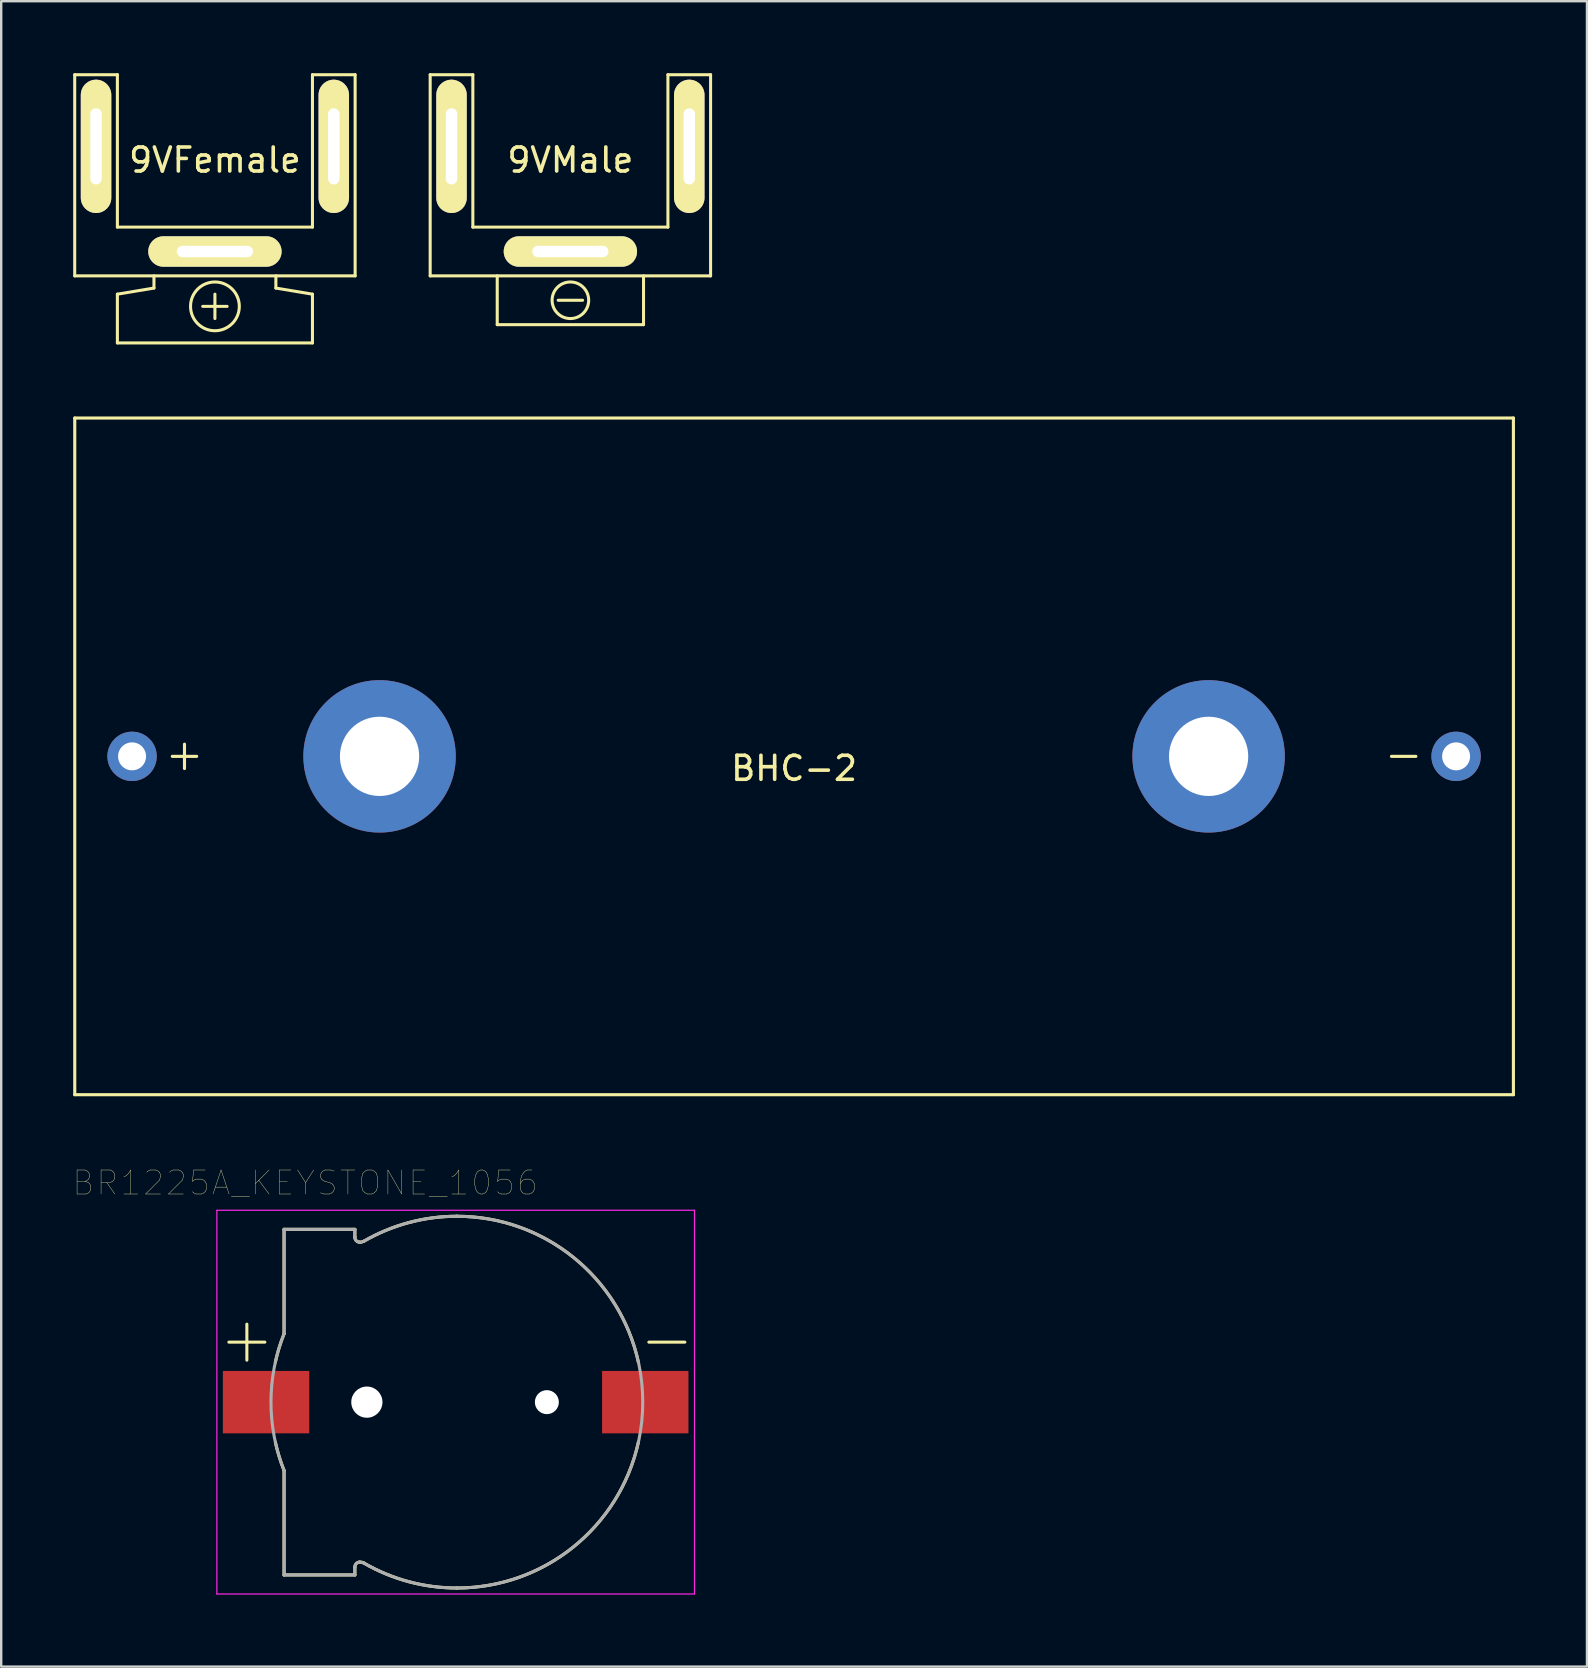
<source format=kicad_pcb>
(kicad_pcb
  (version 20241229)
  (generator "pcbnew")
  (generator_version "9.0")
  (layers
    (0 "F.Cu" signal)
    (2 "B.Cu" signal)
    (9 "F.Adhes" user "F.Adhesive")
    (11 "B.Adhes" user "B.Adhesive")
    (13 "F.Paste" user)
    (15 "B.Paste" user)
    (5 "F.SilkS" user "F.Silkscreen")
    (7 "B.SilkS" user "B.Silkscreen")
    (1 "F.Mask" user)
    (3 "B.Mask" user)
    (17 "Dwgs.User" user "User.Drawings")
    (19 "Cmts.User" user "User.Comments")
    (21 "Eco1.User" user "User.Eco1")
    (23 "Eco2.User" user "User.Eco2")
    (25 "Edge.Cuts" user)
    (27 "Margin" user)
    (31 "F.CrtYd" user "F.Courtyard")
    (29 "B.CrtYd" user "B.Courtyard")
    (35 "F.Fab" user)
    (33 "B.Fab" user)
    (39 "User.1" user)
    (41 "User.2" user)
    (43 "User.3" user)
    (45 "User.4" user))
  (footprint "9VMale"
    (layer "F.Cu")
    (at 20.716 7.429)
    (property "Reference" "9VMale" (at 0 -3.81 0) (layer "F.SilkS") (effects (font (size 1 1) (thickness 0.15))))
    (attr through_hole)
    (fp_line (start -5.842 -7.366) (end -5.842 1.016) (stroke (width 0.127) (type solid)) (layer "F.SilkS"))
    (fp_line (start -5.842 1.016) (end 5.842 1.016) (stroke (width 0.127) (type solid)) (layer "F.SilkS"))
    (fp_line (start -4.064 -7.366) (end -5.842 -7.366) (stroke (width 0.127) (type solid)) (layer "F.SilkS"))
    (fp_line (start -4.064 -1.016) (end -4.064 -7.366) (stroke (width 0.127) (type solid)) (layer "F.SilkS"))
    (fp_line (start -3.048 3.048) (end -3.048 1.016) (stroke (width 0.127) (type solid)) (layer "F.SilkS"))
    (fp_line (start -0.508 2.032) (end 0.508 2.032) (stroke (width 0.127) (type solid)) (layer "F.SilkS"))
    (fp_line (start 3.048 1.016) (end 3.048 3.048) (stroke (width 0.127) (type solid)) (layer "F.SilkS"))
    (fp_line (start 3.048 3.048) (end -3.048 3.048) (stroke (width 0.127) (type solid)) (layer "F.SilkS"))
    (fp_line (start 4.064 -1.016) (end -4.064 -1.016) (stroke (width 0.127) (type solid)) (layer "F.SilkS"))
    (fp_line (start 4.064 -1.016) (end 4.064 -7.366) (stroke (width 0.127) (type solid)) (layer "F.SilkS"))
    (fp_line (start 5.842 -7.366) (end 4.064 -7.366) (stroke (width 0.127) (type solid)) (layer "F.SilkS"))
    (fp_line (start 5.842 1.016) (end 5.842 -7.366) (stroke (width 0.127) (type solid)) (layer "F.SilkS"))
    (fp_circle (center 0 2.032) (end 0.762 2.032) (stroke (width 0.127) (type solid)) (fill no) (layer "F.SilkS"))
    (pad "1" thru_hole oval (at 0 0) (size 5.556 1.27) (drill oval 3.175 0.476) (layers "*.Cu" "*.Mask" "F.SilkS"))
    (pad "2" thru_hole oval (at -4.953 -4.381) (size 1.27 5.556) (drill oval 0.476 3.175) (layers "*.Cu" "*.Mask" "F.SilkS"))
    (pad "3" thru_hole oval (at 4.953 -4.381) (size 1.27 5.556) (drill oval 0.476 3.175) (layers "*.Cu" "*.Mask" "F.SilkS")))
  (footprint "BHC-2"
    (layer "F.Cu")
    (at 30.037 28.465)
    (property "Reference" "BHC-2" (at 0 0.5 0) (layer "F.SilkS") (effects (font (size 1 1) (thickness 0.15))))
    (attr through_hole)
    (fp_line (start -29.972 -14.097) (end -29.972 14.097) (stroke (width 0.13) (type solid)) (layer "F.SilkS"))
    (fp_line (start -29.972 -14.097) (end 29.972 -14.097) (stroke (width 0.13) (type solid)) (layer "F.SilkS"))
    (fp_line (start -29.972 14.097) (end 29.972 14.097) (stroke (width 0.13) (type solid)) (layer "F.SilkS"))
    (fp_line (start -25.908 0) (end -24.892 0) (stroke (width 0.13) (type solid)) (layer "F.SilkS"))
    (fp_line (start -25.4 -0.508) (end -25.4 0.508) (stroke (width 0.13) (type solid)) (layer "F.SilkS"))
    (fp_line (start 24.892 0) (end 25.908 0) (stroke (width 0.13) (type solid)) (layer "F.SilkS"))
    (fp_line (start 29.972 -14.097) (end 29.972 14.097) (stroke (width 0.13) (type solid)) (layer "F.SilkS"))
    (pad "" thru_hole circle (at -17.272 0) (size 6.35 6.35) (drill 3.302) (layers "*.Cu" "*.Mask"))
    (pad "" thru_hole circle (at 17.272 0) (size 6.35 6.35) (drill 3.302) (layers "*.Cu" "*.Mask"))
    (pad "1" thru_hole circle (at -27.584 0) (size 2.057 2.057) (drill 1.168) (layers "*.Cu" "*.Mask"))
    (pad "2" thru_hole circle (at 27.584 0) (size 2.057 2.057) (drill 1.168) (layers "*.Cu" "*.Mask")))
  (footprint "BR1225A_KEYSTONE_1056"
    (layer "F.Cu")
    (at 15.986 55.373)
    (property "Reference" "BR1225A_KEYSTONE_1056" (at -6.325 -9.135 0) (layer "F.SilkS") (effects (font (size 1 1) (thickness 0.015))))
    (attr through_hole)
    (fp_line (start -9.5 -2.5) (end -8 -2.5) (stroke (width 0.127) (type solid)) (layer "F.SilkS"))
    (fp_line (start -8.75 -3.25) (end -8.75 -1.75) (stroke (width 0.127) (type solid)) (layer "F.SilkS"))
    (fp_line (start -7.2 -7.2) (end -4.25 -7.2) (stroke (width 0.127) (type solid)) (layer "F.SilkS"))
    (fp_line (start -7.2 -2.85) (end -7.2 -7.2) (stroke (width 0.127) (type solid)) (layer "F.SilkS"))
    (fp_line (start -7.2 2.85) (end -7.2 7.2) (stroke (width 0.127) (type solid)) (layer "F.SilkS"))
    (fp_line (start -7.2 7.2) (end -4.25 7.2) (stroke (width 0.127) (type solid)) (layer "F.SilkS"))
    (fp_line (start -4.25 -7.2) (end -4.25 -6.88) (stroke (width 0.127) (type solid)) (layer "F.SilkS"))
    (fp_line (start -4.25 7.2) (end -4.25 6.88) (stroke (width 0.127) (type solid)) (layer "F.SilkS"))
    (fp_line (start 8 -2.5) (end 9.5 -2.5) (stroke (width 0.127) (type solid)) (layer "F.SilkS"))
    (fp_arc (start -7.563 -1.664) (mid -7.406196 -2.264559) (end -7.2 -2.85) (stroke (width 0.127) (type solid)) (layer "F.SilkS"))
    (fp_arc (start -7.2 2.85) (mid -7.406196 2.264559) (end -7.563 1.664) (stroke (width 0.127) (type solid)) (layer "F.SilkS"))
    (fp_arc (start -4.250001 6.88) (mid -4.19703 6.732113) (end -4.055 6.665) (stroke (width 0.127) (type solid)) (layer "F.SilkS"))
    (fp_arc (start -4.055 -6.665) (mid -4.197028 -6.732114) (end -4.25 -6.88) (stroke (width 0.127) (type solid)) (layer "F.SilkS"))
    (fp_arc (start -4.055 6.665) (mid -3.96231 6.672896) (end -3.875 6.705) (stroke (width 0.127) (type solid)) (layer "F.SilkS"))
    (fp_arc (start -3.875 -6.705) (mid -3.96231 -6.672896) (end -4.055 -6.665) (stroke (width 0.127) (type solid)) (layer "F.SilkS"))
    (fp_arc (start -3.875 -6.705) (mid -2.006137 -7.480737) (end 0 -7.745) (stroke (width 0.127) (type solid)) (layer "F.SilkS"))
    (fp_arc (start 0 -7.745) (mid 4.852358 -6.036609) (end 7.564 -1.664999) (stroke (width 0.127) (type solid)) (layer "F.SilkS"))
    (fp_arc (start 0 7.745) (mid -2.006137 7.480737) (end -3.875 6.705) (stroke (width 0.127) (type solid)) (layer "F.SilkS"))
    (fp_arc (start 7.564 1.664999) (mid 4.852358 6.036609) (end 0 7.745) (stroke (width 0.127) (type solid)) (layer "F.SilkS"))
    (fp_line (start -10 -7.995) (end 9.9 -7.995) (stroke (width 0.05) (type solid)) (layer "F.CrtYd"))
    (fp_line (start -10 7.995) (end -10 -7.995) (stroke (width 0.05) (type solid)) (layer "F.CrtYd"))
    (fp_line (start 9.9 -7.995) (end 9.9 7.995) (stroke (width 0.05) (type solid)) (layer "F.CrtYd"))
    (fp_line (start 9.9 7.995) (end -10 7.995) (stroke (width 0.05) (type solid)) (layer "F.CrtYd"))
    (fp_line (start -7.2 -7.2) (end -7.2 -2.85) (stroke (width 0.127) (type solid)) (layer "F.Fab"))
    (fp_line (start -7.2 -7.2) (end -4.25 -7.2) (stroke (width 0.127) (type solid)) (layer "F.Fab"))
    (fp_line (start -7.2 2.85) (end -7.2 7.2) (stroke (width 0.127) (type solid)) (layer "F.Fab"))
    (fp_line (start -7.2 7.2) (end -4.25 7.2) (stroke (width 0.127) (type solid)) (layer "F.Fab"))
    (fp_line (start -4.25 -7.2) (end -4.25 -6.88) (stroke (width 0.127) (type solid)) (layer "F.Fab"))
    (fp_line (start -4.25 7.2) (end -4.25 6.88) (stroke (width 0.127) (type solid)) (layer "F.Fab"))
    (fp_arc (start -7.2 2.85) (mid -7.745059 0) (end -7.2 -2.85) (stroke (width 0.127) (type solid)) (layer "F.Fab"))
    (fp_arc (start -4.250001 6.88) (mid -4.19703 6.732113) (end -4.055 6.665) (stroke (width 0.127) (type solid)) (layer "F.Fab"))
    (fp_arc (start -4.055 -6.665) (mid -4.197028 -6.732114) (end -4.25 -6.88) (stroke (width 0.127) (type solid)) (layer "F.Fab"))
    (fp_arc (start -4.055 6.665) (mid -3.96231 6.672896) (end -3.875 6.705) (stroke (width 0.127) (type solid)) (layer "F.Fab"))
    (fp_arc (start -3.875 -6.705) (mid -3.96231 -6.672896) (end -4.055 -6.665) (stroke (width 0.127) (type solid)) (layer "F.Fab"))
    (fp_arc (start -3.875 -6.705) (mid -2.006137 -7.480737) (end 0 -7.745) (stroke (width 0.127) (type solid)) (layer "F.Fab"))
    (fp_arc (start 0 -7.745) (mid 7.745 0) (end 0 7.745) (stroke (width 0.127) (type solid)) (layer "F.Fab"))
    (fp_arc (start 0 7.745) (mid -2.006137 7.480737) (end -3.875 6.705) (stroke (width 0.127) (type solid)) (layer "F.Fab"))
    (pad "" np_thru_hole circle (at -3.75 0) (size 1.3 1.3) (drill 1.3) (layers "*.Cu" "*.Mask"))
    (pad "" np_thru_hole circle (at 3.75 0) (size 1 1) (drill 1) (layers "*.Cu" "*.Mask"))
    (pad "+" smd rect (at -7.95 0) (size 3.6 2.6) (layers "F.Cu" "F.Mask" "F.Paste"))
    (pad "-" smd rect (at 7.85 0) (size 3.6 2.6) (layers "F.Cu" "F.Mask" "F.Paste")))
  (footprint "9VFemale"
    (layer "F.Cu")
    (at 5.905 7.429)
    (property "Reference" "9VFemale" (at 0 -3.81 0) (layer "F.SilkS") (effects (font (size 1 1) (thickness 0.15))))
    (attr through_hole)
    (fp_line (start -5.842 -7.366) (end -5.842 1.016) (stroke (width 0.127) (type solid)) (layer "F.SilkS"))
    (fp_line (start -5.842 1.016) (end 5.842 1.016) (stroke (width 0.127) (type solid)) (layer "F.SilkS"))
    (fp_line (start -4.064 -7.366) (end -5.842 -7.366) (stroke (width 0.127) (type solid)) (layer "F.SilkS"))
    (fp_line (start -4.064 -1.016) (end -4.064 -7.366) (stroke (width 0.127) (type solid)) (layer "F.SilkS"))
    (fp_line (start -4.064 1.778) (end -4.064 3.81) (stroke (width 0.127) (type solid)) (layer "F.SilkS"))
    (fp_line (start -4.064 3.81) (end 4.064 3.81) (stroke (width 0.127) (type solid)) (layer "F.SilkS"))
    (fp_line (start -2.54 1.016) (end -2.54 1.524) (stroke (width 0.127) (type solid)) (layer "F.SilkS"))
    (fp_line (start -2.54 1.524) (end -4.064 1.778) (stroke (width 0.127) (type solid)) (layer "F.SilkS"))
    (fp_line (start -0.508 2.286) (end 0.508 2.286) (stroke (width 0.127) (type solid)) (layer "F.SilkS"))
    (fp_line (start 0 1.778) (end 0 2.794) (stroke (width 0.127) (type solid)) (layer "F.SilkS"))
    (fp_line (start 2.54 1.524) (end 2.54 1.016) (stroke (width 0.127) (type solid)) (layer "F.SilkS"))
    (fp_line (start 4.064 -1.016) (end -4.064 -1.016) (stroke (width 0.127) (type solid)) (layer "F.SilkS"))
    (fp_line (start 4.064 -1.016) (end 4.064 -7.366) (stroke (width 0.127) (type solid)) (layer "F.SilkS"))
    (fp_line (start 4.064 1.778) (end 2.54 1.524) (stroke (width 0.127) (type solid)) (layer "F.SilkS"))
    (fp_line (start 4.064 3.81) (end 4.064 1.778) (stroke (width 0.127) (type solid)) (layer "F.SilkS"))
    (fp_line (start 5.842 -7.366) (end 4.064 -7.366) (stroke (width 0.127) (type solid)) (layer "F.SilkS"))
    (fp_line (start 5.842 1.016) (end 5.842 -7.366) (stroke (width 0.127) (type solid)) (layer "F.SilkS"))
    (fp_circle (center 0 2.286) (end 1.016 2.286) (stroke (width 0.127) (type solid)) (fill no) (layer "F.SilkS"))
    (pad "1" thru_hole oval (at 0 0) (size 5.556 1.27) (drill oval 3.175 0.476) (layers "*.Cu" "*.Mask" "F.SilkS"))
    (pad "2" thru_hole oval (at -4.953 -4.381) (size 1.27 5.556) (drill oval 0.476 3.175) (layers "*.Cu" "*.Mask" "F.SilkS"))
    (pad "3" thru_hole oval (at 4.953 -4.381) (size 1.27 5.556) (drill oval 0.476 3.175) (layers "*.Cu" "*.Mask" "F.SilkS")))
  (gr_rect
    (start -3 -3)
    (end 63.074 66.393)
    (stroke (width 0.1) (type default))
    (fill no)
    (layer "Edge.Cuts")))
</source>
